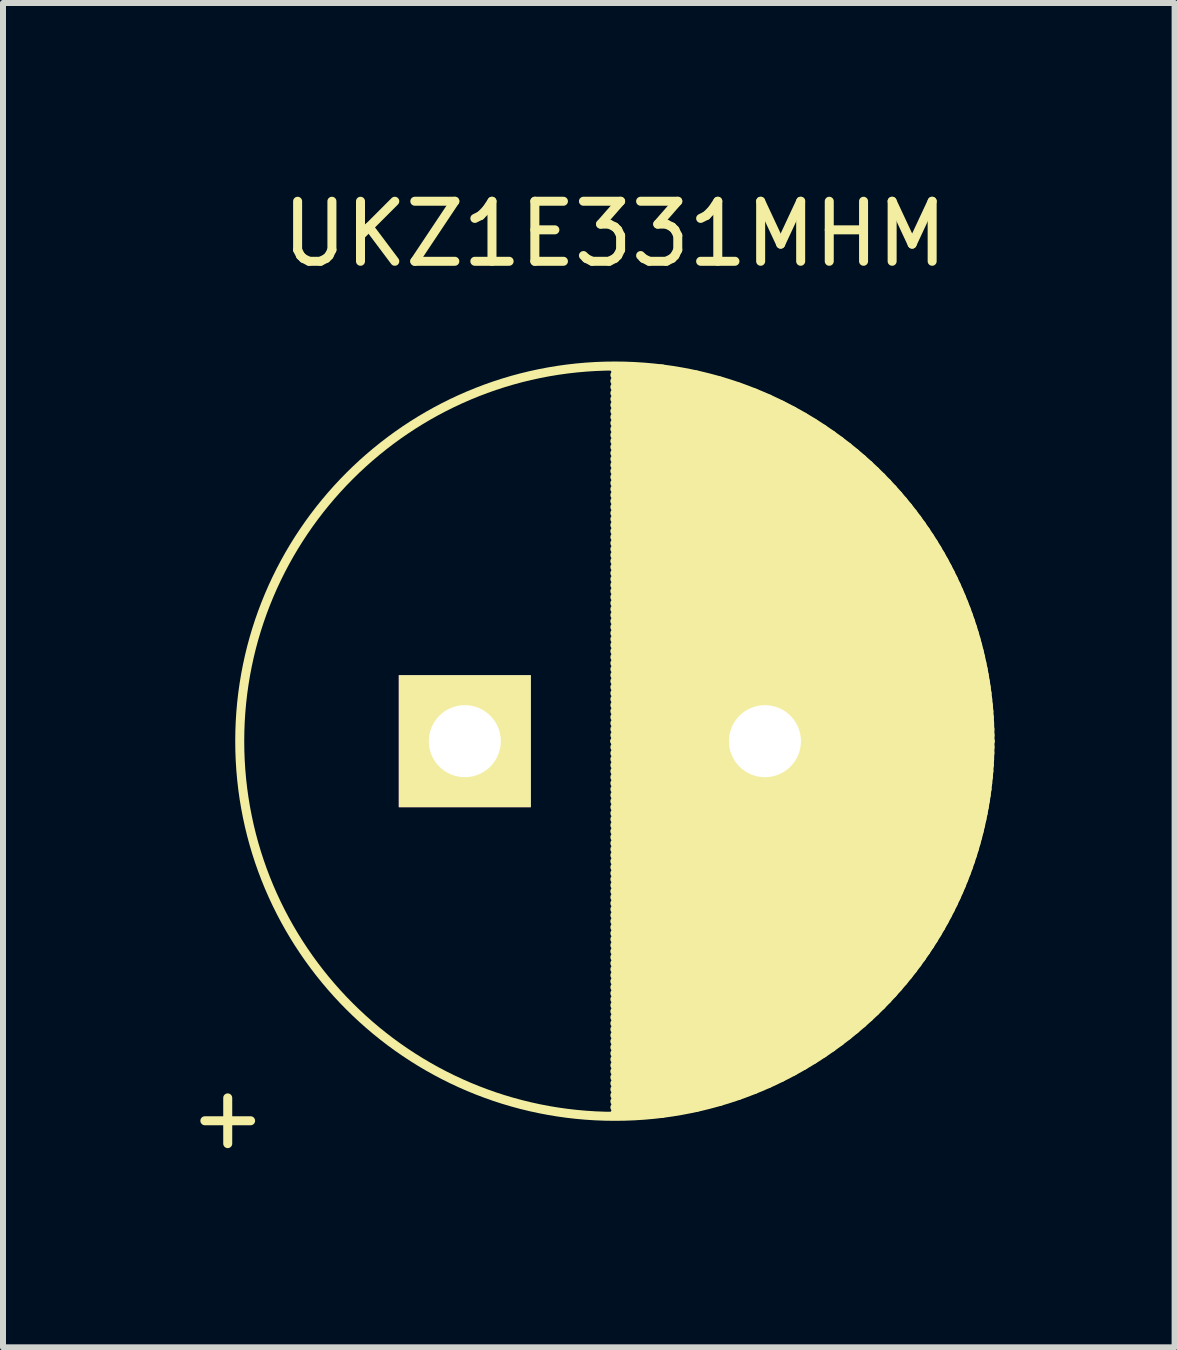
<source format=kicad_pcb>
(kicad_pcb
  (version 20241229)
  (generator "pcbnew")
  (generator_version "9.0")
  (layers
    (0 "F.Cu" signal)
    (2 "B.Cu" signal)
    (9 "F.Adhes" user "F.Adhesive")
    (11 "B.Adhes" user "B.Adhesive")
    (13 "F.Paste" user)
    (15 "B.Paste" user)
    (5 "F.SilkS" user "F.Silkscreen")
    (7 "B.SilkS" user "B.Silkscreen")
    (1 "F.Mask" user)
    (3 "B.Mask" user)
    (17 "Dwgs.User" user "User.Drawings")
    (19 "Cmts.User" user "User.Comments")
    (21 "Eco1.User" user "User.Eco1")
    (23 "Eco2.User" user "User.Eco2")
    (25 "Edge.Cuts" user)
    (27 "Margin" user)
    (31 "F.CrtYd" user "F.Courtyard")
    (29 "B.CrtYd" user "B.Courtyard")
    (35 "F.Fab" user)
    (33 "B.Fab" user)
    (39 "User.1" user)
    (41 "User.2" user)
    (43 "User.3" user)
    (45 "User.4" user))
  (footprint "UKZ1E331MHM"
    (layer "F.Cu")
    (at 4.694 9.298)
    (property "Reference" "UKZ1E331MHM" (at 2.5 -8.45 0) (layer "F.SilkS") (effects (font (size 1 1) (thickness 0.15))))
    (attr through_hole)
    (fp_line (start 2.5 -6.2) (end 3.289 -6.2) (stroke (width 0.15) (type solid)) (layer "F.SilkS"))
    (fp_line (start 2.5 -6.1) (end 3.861 -6.1) (stroke (width 0.15) (type solid)) (layer "F.SilkS"))
    (fp_line (start 2.5 -6) (end 4.25 -6) (stroke (width 0.15) (type solid)) (layer "F.SilkS"))
    (fp_line (start 2.5 -5.9) (end 4.562 -5.9) (stroke (width 0.15) (type solid)) (layer "F.SilkS"))
    (fp_line (start 2.5 -5.8) (end 4.829 -5.8) (stroke (width 0.15) (type solid)) (layer "F.SilkS"))
    (fp_line (start 2.5 -5.7) (end 5.064 -5.7) (stroke (width 0.15) (type solid)) (layer "F.SilkS"))
    (fp_line (start 2.5 -5.6) (end 5.275 -5.6) (stroke (width 0.15) (type solid)) (layer "F.SilkS"))
    (fp_line (start 2.5 -5.5) (end 5.469 -5.5) (stroke (width 0.15) (type solid)) (layer "F.SilkS"))
    (fp_line (start 2.5 -5.4) (end 5.647 -5.4) (stroke (width 0.15) (type solid)) (layer "F.SilkS"))
    (fp_line (start 2.5 -5.3) (end 5.812 -5.3) (stroke (width 0.15) (type solid)) (layer "F.SilkS"))
    (fp_line (start 2.5 -5.2) (end 5.967 -5.2) (stroke (width 0.15) (type solid)) (layer "F.SilkS"))
    (fp_line (start 2.5 -5.1) (end 6.113 -5.1) (stroke (width 0.15) (type solid)) (layer "F.SilkS"))
    (fp_line (start 2.5 -5) (end 6.25 -5) (stroke (width 0.15) (type solid)) (layer "F.SilkS"))
    (fp_line (start 2.5 -4.9) (end 6.38 -4.9) (stroke (width 0.15) (type solid)) (layer "F.SilkS"))
    (fp_line (start 2.5 -4.8) (end 6.503 -4.8) (stroke (width 0.15) (type solid)) (layer "F.SilkS"))
    (fp_line (start 2.5 -4.7) (end 6.62 -4.7) (stroke (width 0.15) (type solid)) (layer "F.SilkS"))
    (fp_line (start 2.5 -4.6) (end 6.731 -4.6) (stroke (width 0.15) (type solid)) (layer "F.SilkS"))
    (fp_line (start 2.5 -4.5) (end 6.837 -4.5) (stroke (width 0.15) (type solid)) (layer "F.SilkS"))
    (fp_line (start 2.5 -4.4) (end 6.939 -4.4) (stroke (width 0.15) (type solid)) (layer "F.SilkS"))
    (fp_line (start 2.5 -4.3) (end 7.036 -4.3) (stroke (width 0.15) (type solid)) (layer "F.SilkS"))
    (fp_line (start 2.5 -4.2) (end 7.128 -4.2) (stroke (width 0.15) (type solid)) (layer "F.SilkS"))
    (fp_line (start 2.5 -4.1) (end 7.217 -4.1) (stroke (width 0.15) (type solid)) (layer "F.SilkS"))
    (fp_line (start 2.5 -4) (end 7.302 -4) (stroke (width 0.15) (type solid)) (layer "F.SilkS"))
    (fp_line (start 2.5 -3.9) (end 7.384 -3.9) (stroke (width 0.15) (type solid)) (layer "F.SilkS"))
    (fp_line (start 2.5 -3.8) (end 7.462 -3.8) (stroke (width 0.15) (type solid)) (layer "F.SilkS"))
    (fp_line (start 2.5 -3.7) (end 7.537 -3.7) (stroke (width 0.15) (type solid)) (layer "F.SilkS"))
    (fp_line (start 2.5 -3.6) (end 7.609 -3.6) (stroke (width 0.15) (type solid)) (layer "F.SilkS"))
    (fp_line (start 2.5 -3.5) (end 7.678 -3.5) (stroke (width 0.15) (type solid)) (layer "F.SilkS"))
    (fp_line (start 2.5 -3.4) (end 7.744 -3.4) (stroke (width 0.15) (type solid)) (layer "F.SilkS"))
    (fp_line (start 2.5 -3.3) (end 7.808 -3.3) (stroke (width 0.15) (type solid)) (layer "F.SilkS"))
    (fp_line (start 2.5 -3.2) (end 7.869 -3.2) (stroke (width 0.15) (type solid)) (layer "F.SilkS"))
    (fp_line (start 2.5 -3.1) (end 7.927 -3.1) (stroke (width 0.15) (type solid)) (layer "F.SilkS"))
    (fp_line (start 2.5 -3) (end 7.983 -3) (stroke (width 0.15) (type solid)) (layer "F.SilkS"))
    (fp_line (start 2.5 -2.9) (end 8.036 -2.9) (stroke (width 0.15) (type solid)) (layer "F.SilkS"))
    (fp_line (start 2.5 -2.8) (end 8.088 -2.8) (stroke (width 0.15) (type solid)) (layer "F.SilkS"))
    (fp_line (start 2.5 -2.7) (end 8.137 -2.7) (stroke (width 0.15) (type solid)) (layer "F.SilkS"))
    (fp_line (start 2.5 -2.6) (end 8.184 -2.6) (stroke (width 0.15) (type solid)) (layer "F.SilkS"))
    (fp_line (start 2.5 -2.5) (end 8.228 -2.5) (stroke (width 0.15) (type solid)) (layer "F.SilkS"))
    (fp_line (start 2.5 -2.4) (end 8.271 -2.4) (stroke (width 0.15) (type solid)) (layer "F.SilkS"))
    (fp_line (start 2.5 -2.3) (end 8.311 -2.3) (stroke (width 0.15) (type solid)) (layer "F.SilkS"))
    (fp_line (start 2.5 -2.2) (end 8.35 -2.2) (stroke (width 0.15) (type solid)) (layer "F.SilkS"))
    (fp_line (start 2.5 -2.1) (end 8.387 -2.1) (stroke (width 0.15) (type solid)) (layer "F.SilkS"))
    (fp_line (start 2.5 -2) (end 8.421 -2) (stroke (width 0.15) (type solid)) (layer "F.SilkS"))
    (fp_line (start 2.5 -1.9) (end 8.454 -1.9) (stroke (width 0.15) (type solid)) (layer "F.SilkS"))
    (fp_line (start 2.5 -1.8) (end 8.485 -1.8) (stroke (width 0.15) (type solid)) (layer "F.SilkS"))
    (fp_line (start 2.5 -1.7) (end 8.514 -1.7) (stroke (width 0.15) (type solid)) (layer "F.SilkS"))
    (fp_line (start 2.5 -1.6) (end 8.542 -1.6) (stroke (width 0.15) (type solid)) (layer "F.SilkS"))
    (fp_line (start 2.5 -1.5) (end 8.567 -1.5) (stroke (width 0.15) (type solid)) (layer "F.SilkS"))
    (fp_line (start 2.5 -1.4) (end 8.591 -1.4) (stroke (width 0.15) (type solid)) (layer "F.SilkS"))
    (fp_line (start 2.5 -1.3) (end 8.613 -1.3) (stroke (width 0.15) (type solid)) (layer "F.SilkS"))
    (fp_line (start 2.5 -1.2) (end 8.634 -1.2) (stroke (width 0.15) (type solid)) (layer "F.SilkS"))
    (fp_line (start 2.5 -1.1) (end 8.652 -1.1) (stroke (width 0.15) (type solid)) (layer "F.SilkS"))
    (fp_line (start 2.5 -1) (end 8.669 -1) (stroke (width 0.15) (type solid)) (layer "F.SilkS"))
    (fp_line (start 2.5 -0.9) (end 8.685 -0.9) (stroke (width 0.15) (type solid)) (layer "F.SilkS"))
    (fp_line (start 2.5 -0.8) (end 8.699 -0.8) (stroke (width 0.15) (type solid)) (layer "F.SilkS"))
    (fp_line (start 2.5 -0.7) (end 8.711 -0.7) (stroke (width 0.15) (type solid)) (layer "F.SilkS"))
    (fp_line (start 2.5 -0.6) (end 8.721 -0.6) (stroke (width 0.15) (type solid)) (layer "F.SilkS"))
    (fp_line (start 2.5 -0.5) (end 8.73 -0.5) (stroke (width 0.15) (type solid)) (layer "F.SilkS"))
    (fp_line (start 2.5 -0.4) (end 8.737 -0.4) (stroke (width 0.15) (type solid)) (layer "F.SilkS"))
    (fp_line (start 2.5 -0.3) (end 8.743 -0.3) (stroke (width 0.15) (type solid)) (layer "F.SilkS"))
    (fp_line (start 2.5 -0.2) (end 8.747 -0.2) (stroke (width 0.15) (type solid)) (layer "F.SilkS"))
    (fp_line (start 2.5 -0.1) (end 8.749 -0.1) (stroke (width 0.15) (type solid)) (layer "F.SilkS"))
    (fp_line (start 2.5 0) (end 8.75 0) (stroke (width 0.15) (type solid)) (layer "F.SilkS"))
    (fp_line (start 2.5 0) (end 8.75 0) (stroke (width 0.15) (type solid)) (layer "F.SilkS"))
    (fp_line (start 2.5 0.1) (end 8.749 0.1) (stroke (width 0.15) (type solid)) (layer "F.SilkS"))
    (fp_line (start 2.5 0.2) (end 8.747 0.2) (stroke (width 0.15) (type solid)) (layer "F.SilkS"))
    (fp_line (start 2.5 0.3) (end 8.743 0.3) (stroke (width 0.15) (type solid)) (layer "F.SilkS"))
    (fp_line (start 2.5 0.4) (end 8.737 0.4) (stroke (width 0.15) (type solid)) (layer "F.SilkS"))
    (fp_line (start 2.5 0.5) (end 8.73 0.5) (stroke (width 0.15) (type solid)) (layer "F.SilkS"))
    (fp_line (start 2.5 0.6) (end 8.721 0.6) (stroke (width 0.15) (type solid)) (layer "F.SilkS"))
    (fp_line (start 2.5 0.7) (end 8.711 0.7) (stroke (width 0.15) (type solid)) (layer "F.SilkS"))
    (fp_line (start 2.5 0.8) (end 8.699 0.8) (stroke (width 0.15) (type solid)) (layer "F.SilkS"))
    (fp_line (start 2.5 0.9) (end 8.685 0.9) (stroke (width 0.15) (type solid)) (layer "F.SilkS"))
    (fp_line (start 2.5 1) (end 8.669 1) (stroke (width 0.15) (type solid)) (layer "F.SilkS"))
    (fp_line (start 2.5 1.1) (end 8.652 1.1) (stroke (width 0.15) (type solid)) (layer "F.SilkS"))
    (fp_line (start 2.5 1.2) (end 8.634 1.2) (stroke (width 0.15) (type solid)) (layer "F.SilkS"))
    (fp_line (start 2.5 1.3) (end 8.613 1.3) (stroke (width 0.15) (type solid)) (layer "F.SilkS"))
    (fp_line (start 2.5 1.4) (end 8.591 1.4) (stroke (width 0.15) (type solid)) (layer "F.SilkS"))
    (fp_line (start 2.5 1.5) (end 8.567 1.5) (stroke (width 0.15) (type solid)) (layer "F.SilkS"))
    (fp_line (start 2.5 1.6) (end 8.542 1.6) (stroke (width 0.15) (type solid)) (layer "F.SilkS"))
    (fp_line (start 2.5 1.7) (end 8.514 1.7) (stroke (width 0.15) (type solid)) (layer "F.SilkS"))
    (fp_line (start 2.5 1.8) (end 8.485 1.8) (stroke (width 0.15) (type solid)) (layer "F.SilkS"))
    (fp_line (start 2.5 1.9) (end 8.454 1.9) (stroke (width 0.15) (type solid)) (layer "F.SilkS"))
    (fp_line (start 2.5 2) (end 8.421 2) (stroke (width 0.15) (type solid)) (layer "F.SilkS"))
    (fp_line (start 2.5 2.1) (end 8.387 2.1) (stroke (width 0.15) (type solid)) (layer "F.SilkS"))
    (fp_line (start 2.5 2.2) (end 8.35 2.2) (stroke (width 0.15) (type solid)) (layer "F.SilkS"))
    (fp_line (start 2.5 2.3) (end 8.311 2.3) (stroke (width 0.15) (type solid)) (layer "F.SilkS"))
    (fp_line (start 2.5 2.4) (end 8.271 2.4) (stroke (width 0.15) (type solid)) (layer "F.SilkS"))
    (fp_line (start 2.5 2.5) (end 8.228 2.5) (stroke (width 0.15) (type solid)) (layer "F.SilkS"))
    (fp_line (start 2.5 2.6) (end 8.184 2.6) (stroke (width 0.15) (type solid)) (layer "F.SilkS"))
    (fp_line (start 2.5 2.7) (end 8.137 2.7) (stroke (width 0.15) (type solid)) (layer "F.SilkS"))
    (fp_line (start 2.5 2.8) (end 8.088 2.8) (stroke (width 0.15) (type solid)) (layer "F.SilkS"))
    (fp_line (start 2.5 2.9) (end 8.036 2.9) (stroke (width 0.15) (type solid)) (layer "F.SilkS"))
    (fp_line (start 2.5 3) (end 7.983 3) (stroke (width 0.15) (type solid)) (layer "F.SilkS"))
    (fp_line (start 2.5 3.1) (end 7.927 3.1) (stroke (width 0.15) (type solid)) (layer "F.SilkS"))
    (fp_line (start 2.5 3.2) (end 7.869 3.2) (stroke (width 0.15) (type solid)) (layer "F.SilkS"))
    (fp_line (start 2.5 3.3) (end 7.808 3.3) (stroke (width 0.15) (type solid)) (layer "F.SilkS"))
    (fp_line (start 2.5 3.4) (end 7.744 3.4) (stroke (width 0.15) (type solid)) (layer "F.SilkS"))
    (fp_line (start 2.5 3.5) (end 7.678 3.5) (stroke (width 0.15) (type solid)) (layer "F.SilkS"))
    (fp_line (start 2.5 3.6) (end 7.609 3.6) (stroke (width 0.15) (type solid)) (layer "F.SilkS"))
    (fp_line (start 2.5 3.7) (end 7.537 3.7) (stroke (width 0.15) (type solid)) (layer "F.SilkS"))
    (fp_line (start 2.5 3.8) (end 7.462 3.8) (stroke (width 0.15) (type solid)) (layer "F.SilkS"))
    (fp_line (start 2.5 3.9) (end 7.384 3.9) (stroke (width 0.15) (type solid)) (layer "F.SilkS"))
    (fp_line (start 2.5 4) (end 7.302 4) (stroke (width 0.15) (type solid)) (layer "F.SilkS"))
    (fp_line (start 2.5 4.1) (end 7.217 4.1) (stroke (width 0.15) (type solid)) (layer "F.SilkS"))
    (fp_line (start 2.5 4.2) (end 7.128 4.2) (stroke (width 0.15) (type solid)) (layer "F.SilkS"))
    (fp_line (start 2.5 4.3) (end 7.036 4.3) (stroke (width 0.15) (type solid)) (layer "F.SilkS"))
    (fp_line (start 2.5 4.4) (end 6.939 4.4) (stroke (width 0.15) (type solid)) (layer "F.SilkS"))
    (fp_line (start 2.5 4.5) (end 6.837 4.5) (stroke (width 0.15) (type solid)) (layer "F.SilkS"))
    (fp_line (start 2.5 4.6) (end 6.731 4.6) (stroke (width 0.15) (type solid)) (layer "F.SilkS"))
    (fp_line (start 2.5 4.7) (end 6.62 4.7) (stroke (width 0.15) (type solid)) (layer "F.SilkS"))
    (fp_line (start 2.5 4.8) (end 6.503 4.8) (stroke (width 0.15) (type solid)) (layer "F.SilkS"))
    (fp_line (start 2.5 4.9) (end 6.38 4.9) (stroke (width 0.15) (type solid)) (layer "F.SilkS"))
    (fp_line (start 2.5 5) (end 6.25 5) (stroke (width 0.15) (type solid)) (layer "F.SilkS"))
    (fp_line (start 2.5 5.1) (end 6.113 5.1) (stroke (width 0.15) (type solid)) (layer "F.SilkS"))
    (fp_line (start 2.5 5.2) (end 5.967 5.2) (stroke (width 0.15) (type solid)) (layer "F.SilkS"))
    (fp_line (start 2.5 5.3) (end 5.812 5.3) (stroke (width 0.15) (type solid)) (layer "F.SilkS"))
    (fp_line (start 2.5 5.4) (end 5.647 5.4) (stroke (width 0.15) (type solid)) (layer "F.SilkS"))
    (fp_line (start 2.5 5.5) (end 5.469 5.5) (stroke (width 0.15) (type solid)) (layer "F.SilkS"))
    (fp_line (start 2.5 5.6) (end 5.275 5.6) (stroke (width 0.15) (type solid)) (layer "F.SilkS"))
    (fp_line (start 2.5 5.7) (end 5.064 5.7) (stroke (width 0.15) (type solid)) (layer "F.SilkS"))
    (fp_line (start 2.5 5.8) (end 4.829 5.8) (stroke (width 0.15) (type solid)) (layer "F.SilkS"))
    (fp_line (start 2.5 5.9) (end 4.562 5.9) (stroke (width 0.15) (type solid)) (layer "F.SilkS"))
    (fp_line (start 2.5 6) (end 4.25 6) (stroke (width 0.15) (type solid)) (layer "F.SilkS"))
    (fp_line (start 2.5 6.1) (end 3.861 6.1) (stroke (width 0.15) (type solid)) (layer "F.SilkS"))
    (fp_line (start 2.5 6.2) (end 3.289 6.2) (stroke (width 0.15) (type solid)) (layer "F.SilkS"))
    (fp_circle (center 2.5 0) (end 2.5 -6.25) (stroke (width 0.15) (type solid)) (fill no) (layer "F.SilkS"))
    (fp_text user "+" (at -3.95 6.25 0) (layer "F.SilkS") (effects (font (size 1 1) (thickness 0.15))))
    (pad "1" thru_hole rect (at 0 0) (size 2.2 2.2) (drill 1.2) (layers "*.Cu" "*.Mask" "F.SilkS"))
    (pad "2" thru_hole circle (at 5 0) (size 2.2 2.2) (drill 1.2) (layers "*.Cu" "*.Mask" "F.SilkS")))
  (gr_rect
    (start -3 -3)
    (end 16.519 19.396)
    (stroke (width 0.1) (type default))
    (fill no)
    (layer "Edge.Cuts")))
</source>
